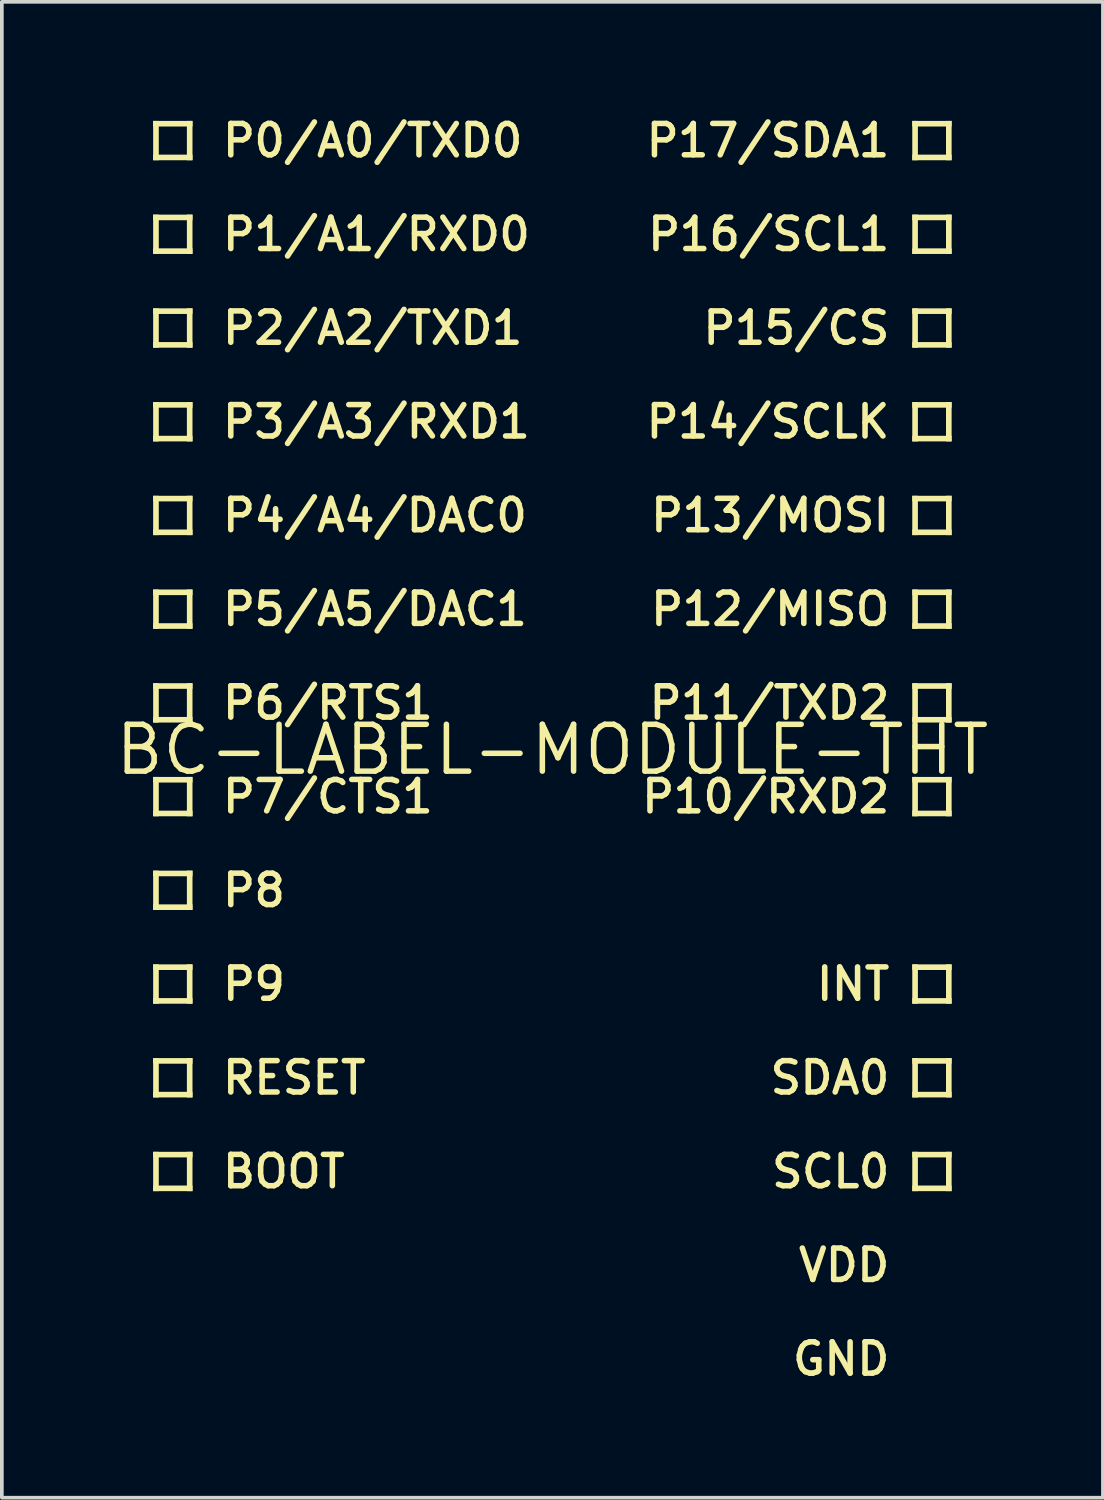
<source format=kicad_pcb>
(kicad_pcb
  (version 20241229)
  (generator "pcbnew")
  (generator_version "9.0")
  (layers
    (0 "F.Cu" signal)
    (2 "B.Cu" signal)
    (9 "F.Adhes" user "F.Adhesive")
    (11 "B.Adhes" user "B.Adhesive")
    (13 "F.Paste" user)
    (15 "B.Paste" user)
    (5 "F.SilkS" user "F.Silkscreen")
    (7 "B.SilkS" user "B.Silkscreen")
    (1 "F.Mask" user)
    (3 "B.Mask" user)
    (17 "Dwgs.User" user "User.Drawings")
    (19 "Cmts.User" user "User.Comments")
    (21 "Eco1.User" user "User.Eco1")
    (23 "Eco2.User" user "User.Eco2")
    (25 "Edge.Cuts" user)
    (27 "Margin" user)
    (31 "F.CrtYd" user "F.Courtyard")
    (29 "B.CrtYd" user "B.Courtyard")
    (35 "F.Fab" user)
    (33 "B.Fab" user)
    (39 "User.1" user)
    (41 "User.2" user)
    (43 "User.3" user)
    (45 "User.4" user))
  (footprint "BC-LABEL-MODULE-THT"
    (layer "F.Cu")
    (at 11.921 17.27)
    (property "Reference" "BC-LABEL-MODULE-THT" (at 0 0 0) (unlocked yes) (layer "F.SilkS") (effects (font (size 1.27 1.27) (thickness 0.15))))
    (fp_poly (pts (xy -10.82 -16.891) (xy -9.754 -16.891) (xy -9.754 -17.043) (xy -10.82 -17.043)) (stroke (width 0) (type default)) (fill yes) (layer "F.SilkS"))
    (fp_poly (pts (xy -10.82 -15.977) (xy -10.668 -15.977) (xy -10.668 -17.043) (xy -10.82 -17.043)) (stroke (width 0) (type default)) (fill yes) (layer "F.SilkS"))
    (fp_poly (pts (xy -10.82 -15.977) (xy -9.754 -15.977) (xy -9.754 -16.129) (xy -10.82 -16.129)) (stroke (width 0) (type default)) (fill yes) (layer "F.SilkS"))
    (fp_poly (pts (xy -10.82 -14.351) (xy -9.754 -14.351) (xy -9.754 -14.503) (xy -10.82 -14.503)) (stroke (width 0) (type default)) (fill yes) (layer "F.SilkS"))
    (fp_poly (pts (xy -10.82 -13.437) (xy -10.668 -13.437) (xy -10.668 -14.503) (xy -10.82 -14.503)) (stroke (width 0) (type default)) (fill yes) (layer "F.SilkS"))
    (fp_poly (pts (xy -10.82 -13.437) (xy -9.754 -13.437) (xy -9.754 -13.589) (xy -10.82 -13.589)) (stroke (width 0) (type default)) (fill yes) (layer "F.SilkS"))
    (fp_poly (pts (xy -10.82 -11.811) (xy -9.754 -11.811) (xy -9.754 -11.963) (xy -10.82 -11.963)) (stroke (width 0) (type default)) (fill yes) (layer "F.SilkS"))
    (fp_poly (pts (xy -10.82 -10.897) (xy -10.668 -10.897) (xy -10.668 -11.963) (xy -10.82 -11.963)) (stroke (width 0) (type default)) (fill yes) (layer "F.SilkS"))
    (fp_poly (pts (xy -10.82 -10.897) (xy -9.754 -10.897) (xy -9.754 -11.049) (xy -10.82 -11.049)) (stroke (width 0) (type default)) (fill yes) (layer "F.SilkS"))
    (fp_poly (pts (xy -10.82 -9.271) (xy -9.754 -9.271) (xy -9.754 -9.423) (xy -10.82 -9.423)) (stroke (width 0) (type default)) (fill yes) (layer "F.SilkS"))
    (fp_poly (pts (xy -10.82 -8.357) (xy -10.668 -8.357) (xy -10.668 -9.423) (xy -10.82 -9.423)) (stroke (width 0) (type default)) (fill yes) (layer "F.SilkS"))
    (fp_poly (pts (xy -10.82 -8.357) (xy -9.754 -8.357) (xy -9.754 -8.509) (xy -10.82 -8.509)) (stroke (width 0) (type default)) (fill yes) (layer "F.SilkS"))
    (fp_poly (pts (xy -10.82 -6.731) (xy -9.754 -6.731) (xy -9.754 -6.883) (xy -10.82 -6.883)) (stroke (width 0) (type default)) (fill yes) (layer "F.SilkS"))
    (fp_poly (pts (xy -10.82 -5.817) (xy -10.668 -5.817) (xy -10.668 -6.883) (xy -10.82 -6.883)) (stroke (width 0) (type default)) (fill yes) (layer "F.SilkS"))
    (fp_poly (pts (xy -10.82 -5.817) (xy -9.754 -5.817) (xy -9.754 -5.969) (xy -10.82 -5.969)) (stroke (width 0) (type default)) (fill yes) (layer "F.SilkS"))
    (fp_poly (pts (xy -10.82 -4.191) (xy -9.754 -4.191) (xy -9.754 -4.343) (xy -10.82 -4.343)) (stroke (width 0) (type default)) (fill yes) (layer "F.SilkS"))
    (fp_poly (pts (xy -10.82 -3.277) (xy -10.668 -3.277) (xy -10.668 -4.343) (xy -10.82 -4.343)) (stroke (width 0) (type default)) (fill yes) (layer "F.SilkS"))
    (fp_poly (pts (xy -10.82 -3.277) (xy -9.754 -3.277) (xy -9.754 -3.429) (xy -10.82 -3.429)) (stroke (width 0) (type default)) (fill yes) (layer "F.SilkS"))
    (fp_poly (pts (xy -10.82 -1.651) (xy -9.754 -1.651) (xy -9.754 -1.803) (xy -10.82 -1.803)) (stroke (width 0) (type default)) (fill yes) (layer "F.SilkS"))
    (fp_poly (pts (xy -10.82 -0.737) (xy -10.668 -0.737) (xy -10.668 -1.803) (xy -10.82 -1.803)) (stroke (width 0) (type default)) (fill yes) (layer "F.SilkS"))
    (fp_poly (pts (xy -10.82 -0.737) (xy -9.754 -0.737) (xy -9.754 -0.889) (xy -10.82 -0.889)) (stroke (width 0) (type default)) (fill yes) (layer "F.SilkS"))
    (fp_poly (pts (xy -10.82 0.889) (xy -9.754 0.889) (xy -9.754 0.737) (xy -10.82 0.737)) (stroke (width 0) (type default)) (fill yes) (layer "F.SilkS"))
    (fp_poly (pts (xy -10.82 1.803) (xy -10.668 1.803) (xy -10.668 0.737) (xy -10.82 0.737)) (stroke (width 0) (type default)) (fill yes) (layer "F.SilkS"))
    (fp_poly (pts (xy -10.82 1.803) (xy -9.754 1.803) (xy -9.754 1.651) (xy -10.82 1.651)) (stroke (width 0) (type default)) (fill yes) (layer "F.SilkS"))
    (fp_poly (pts (xy -10.82 3.429) (xy -9.754 3.429) (xy -9.754 3.277) (xy -10.82 3.277)) (stroke (width 0) (type default)) (fill yes) (layer "F.SilkS"))
    (fp_poly (pts (xy -10.82 4.343) (xy -10.668 4.343) (xy -10.668 3.277) (xy -10.82 3.277)) (stroke (width 0) (type default)) (fill yes) (layer "F.SilkS"))
    (fp_poly (pts (xy -10.82 4.343) (xy -9.754 4.343) (xy -9.754 4.191) (xy -10.82 4.191)) (stroke (width 0) (type default)) (fill yes) (layer "F.SilkS"))
    (fp_poly (pts (xy -10.82 5.969) (xy -9.754 5.969) (xy -9.754 5.817) (xy -10.82 5.817)) (stroke (width 0) (type default)) (fill yes) (layer "F.SilkS"))
    (fp_poly (pts (xy -10.82 6.883) (xy -10.668 6.883) (xy -10.668 5.817) (xy -10.82 5.817)) (stroke (width 0) (type default)) (fill yes) (layer "F.SilkS"))
    (fp_poly (pts (xy -10.82 6.883) (xy -9.754 6.883) (xy -9.754 6.731) (xy -10.82 6.731)) (stroke (width 0) (type default)) (fill yes) (layer "F.SilkS"))
    (fp_poly (pts (xy -10.82 8.509) (xy -9.754 8.509) (xy -9.754 8.357) (xy -10.82 8.357)) (stroke (width 0) (type default)) (fill yes) (layer "F.SilkS"))
    (fp_poly (pts (xy -10.82 9.423) (xy -10.668 9.423) (xy -10.668 8.357) (xy -10.82 8.357)) (stroke (width 0) (type default)) (fill yes) (layer "F.SilkS"))
    (fp_poly (pts (xy -10.82 9.423) (xy -9.754 9.423) (xy -9.754 9.271) (xy -10.82 9.271)) (stroke (width 0) (type default)) (fill yes) (layer "F.SilkS"))
    (fp_poly (pts (xy -10.82 11.049) (xy -9.754 11.049) (xy -9.754 10.897) (xy -10.82 10.897)) (stroke (width 0) (type default)) (fill yes) (layer "F.SilkS"))
    (fp_poly (pts (xy -10.82 11.963) (xy -10.668 11.963) (xy -10.668 10.897) (xy -10.82 10.897)) (stroke (width 0) (type default)) (fill yes) (layer "F.SilkS"))
    (fp_poly (pts (xy -10.82 11.963) (xy -9.754 11.963) (xy -9.754 11.811) (xy -10.82 11.811)) (stroke (width 0) (type default)) (fill yes) (layer "F.SilkS"))
    (fp_poly (pts (xy -9.906 -15.977) (xy -9.754 -15.977) (xy -9.754 -17.043) (xy -9.906 -17.043)) (stroke (width 0) (type default)) (fill yes) (layer "F.SilkS"))
    (fp_poly (pts (xy -9.906 -13.437) (xy -9.754 -13.437) (xy -9.754 -14.503) (xy -9.906 -14.503)) (stroke (width 0) (type default)) (fill yes) (layer "F.SilkS"))
    (fp_poly (pts (xy -9.906 -10.897) (xy -9.754 -10.897) (xy -9.754 -11.963) (xy -9.906 -11.963)) (stroke (width 0) (type default)) (fill yes) (layer "F.SilkS"))
    (fp_poly (pts (xy -9.906 -8.357) (xy -9.754 -8.357) (xy -9.754 -9.423) (xy -9.906 -9.423)) (stroke (width 0) (type default)) (fill yes) (layer "F.SilkS"))
    (fp_poly (pts (xy -9.906 -5.817) (xy -9.754 -5.817) (xy -9.754 -6.883) (xy -9.906 -6.883)) (stroke (width 0) (type default)) (fill yes) (layer "F.SilkS"))
    (fp_poly (pts (xy -9.906 -3.277) (xy -9.754 -3.277) (xy -9.754 -4.343) (xy -9.906 -4.343)) (stroke (width 0) (type default)) (fill yes) (layer "F.SilkS"))
    (fp_poly (pts (xy -9.906 -0.737) (xy -9.754 -0.737) (xy -9.754 -1.803) (xy -9.906 -1.803)) (stroke (width 0) (type default)) (fill yes) (layer "F.SilkS"))
    (fp_poly (pts (xy -9.906 1.803) (xy -9.754 1.803) (xy -9.754 0.737) (xy -9.906 0.737)) (stroke (width 0) (type default)) (fill yes) (layer "F.SilkS"))
    (fp_poly (pts (xy -9.906 4.343) (xy -9.754 4.343) (xy -9.754 3.277) (xy -9.906 3.277)) (stroke (width 0) (type default)) (fill yes) (layer "F.SilkS"))
    (fp_poly (pts (xy -9.906 6.883) (xy -9.754 6.883) (xy -9.754 5.817) (xy -9.906 5.817)) (stroke (width 0) (type default)) (fill yes) (layer "F.SilkS"))
    (fp_poly (pts (xy -9.906 9.423) (xy -9.754 9.423) (xy -9.754 8.357) (xy -9.906 8.357)) (stroke (width 0) (type default)) (fill yes) (layer "F.SilkS"))
    (fp_poly (pts (xy -9.906 11.963) (xy -9.754 11.963) (xy -9.754 10.897) (xy -9.906 10.897)) (stroke (width 0) (type default)) (fill yes) (layer "F.SilkS"))
    (fp_poly (pts (xy 9.906 -17.043) (xy 9.754 -17.043) (xy 9.754 -15.977) (xy 9.906 -15.977)) (stroke (width 0) (type default)) (fill yes) (layer "F.SilkS"))
    (fp_poly (pts (xy 9.906 -14.503) (xy 9.754 -14.503) (xy 9.754 -13.437) (xy 9.906 -13.437)) (stroke (width 0) (type default)) (fill yes) (layer "F.SilkS"))
    (fp_poly (pts (xy 9.906 -11.963) (xy 9.754 -11.963) (xy 9.754 -10.897) (xy 9.906 -10.897)) (stroke (width 0) (type default)) (fill yes) (layer "F.SilkS"))
    (fp_poly (pts (xy 9.906 -9.423) (xy 9.754 -9.423) (xy 9.754 -8.357) (xy 9.906 -8.357)) (stroke (width 0) (type default)) (fill yes) (layer "F.SilkS"))
    (fp_poly (pts (xy 9.906 -6.883) (xy 9.754 -6.883) (xy 9.754 -5.817) (xy 9.906 -5.817)) (stroke (width 0) (type default)) (fill yes) (layer "F.SilkS"))
    (fp_poly (pts (xy 9.906 -4.343) (xy 9.754 -4.343) (xy 9.754 -3.277) (xy 9.906 -3.277)) (stroke (width 0) (type default)) (fill yes) (layer "F.SilkS"))
    (fp_poly (pts (xy 9.906 -1.803) (xy 9.754 -1.803) (xy 9.754 -0.737) (xy 9.906 -0.737)) (stroke (width 0) (type default)) (fill yes) (layer "F.SilkS"))
    (fp_poly (pts (xy 9.906 0.737) (xy 9.754 0.737) (xy 9.754 1.803) (xy 9.906 1.803)) (stroke (width 0) (type default)) (fill yes) (layer "F.SilkS"))
    (fp_poly (pts (xy 9.906 5.817) (xy 9.754 5.817) (xy 9.754 6.883) (xy 9.906 6.883)) (stroke (width 0) (type default)) (fill yes) (layer "F.SilkS"))
    (fp_poly (pts (xy 9.906 8.357) (xy 9.754 8.357) (xy 9.754 9.423) (xy 9.906 9.423)) (stroke (width 0) (type default)) (fill yes) (layer "F.SilkS"))
    (fp_poly (pts (xy 9.906 10.897) (xy 9.754 10.897) (xy 9.754 11.963) (xy 9.906 11.963)) (stroke (width 0) (type default)) (fill yes) (layer "F.SilkS"))
    (fp_poly (pts (xy 10.82 -17.043) (xy 9.754 -17.043) (xy 9.754 -16.891) (xy 10.82 -16.891)) (stroke (width 0) (type default)) (fill yes) (layer "F.SilkS"))
    (fp_poly (pts (xy 10.82 -17.043) (xy 10.668 -17.043) (xy 10.668 -15.977) (xy 10.82 -15.977)) (stroke (width 0) (type default)) (fill yes) (layer "F.SilkS"))
    (fp_poly (pts (xy 10.82 -16.129) (xy 9.754 -16.129) (xy 9.754 -15.977) (xy 10.82 -15.977)) (stroke (width 0) (type default)) (fill yes) (layer "F.SilkS"))
    (fp_poly (pts (xy 10.82 -14.503) (xy 9.754 -14.503) (xy 9.754 -14.351) (xy 10.82 -14.351)) (stroke (width 0) (type default)) (fill yes) (layer "F.SilkS"))
    (fp_poly (pts (xy 10.82 -14.503) (xy 10.668 -14.503) (xy 10.668 -13.437) (xy 10.82 -13.437)) (stroke (width 0) (type default)) (fill yes) (layer "F.SilkS"))
    (fp_poly (pts (xy 10.82 -13.589) (xy 9.754 -13.589) (xy 9.754 -13.437) (xy 10.82 -13.437)) (stroke (width 0) (type default)) (fill yes) (layer "F.SilkS"))
    (fp_poly (pts (xy 10.82 -11.963) (xy 9.754 -11.963) (xy 9.754 -11.811) (xy 10.82 -11.811)) (stroke (width 0) (type default)) (fill yes) (layer "F.SilkS"))
    (fp_poly (pts (xy 10.82 -11.963) (xy 10.668 -11.963) (xy 10.668 -10.897) (xy 10.82 -10.897)) (stroke (width 0) (type default)) (fill yes) (layer "F.SilkS"))
    (fp_poly (pts (xy 10.82 -11.049) (xy 9.754 -11.049) (xy 9.754 -10.897) (xy 10.82 -10.897)) (stroke (width 0) (type default)) (fill yes) (layer "F.SilkS"))
    (fp_poly (pts (xy 10.82 -9.423) (xy 9.754 -9.423) (xy 9.754 -9.271) (xy 10.82 -9.271)) (stroke (width 0) (type default)) (fill yes) (layer "F.SilkS"))
    (fp_poly (pts (xy 10.82 -9.423) (xy 10.668 -9.423) (xy 10.668 -8.357) (xy 10.82 -8.357)) (stroke (width 0) (type default)) (fill yes) (layer "F.SilkS"))
    (fp_poly (pts (xy 10.82 -8.509) (xy 9.754 -8.509) (xy 9.754 -8.357) (xy 10.82 -8.357)) (stroke (width 0) (type default)) (fill yes) (layer "F.SilkS"))
    (fp_poly (pts (xy 10.82 -6.883) (xy 9.754 -6.883) (xy 9.754 -6.731) (xy 10.82 -6.731)) (stroke (width 0) (type default)) (fill yes) (layer "F.SilkS"))
    (fp_poly (pts (xy 10.82 -6.883) (xy 10.668 -6.883) (xy 10.668 -5.817) (xy 10.82 -5.817)) (stroke (width 0) (type default)) (fill yes) (layer "F.SilkS"))
    (fp_poly (pts (xy 10.82 -5.969) (xy 9.754 -5.969) (xy 9.754 -5.817) (xy 10.82 -5.817)) (stroke (width 0) (type default)) (fill yes) (layer "F.SilkS"))
    (fp_poly (pts (xy 10.82 -4.343) (xy 9.754 -4.343) (xy 9.754 -4.191) (xy 10.82 -4.191)) (stroke (width 0) (type default)) (fill yes) (layer "F.SilkS"))
    (fp_poly (pts (xy 10.82 -4.343) (xy 10.668 -4.343) (xy 10.668 -3.277) (xy 10.82 -3.277)) (stroke (width 0) (type default)) (fill yes) (layer "F.SilkS"))
    (fp_poly (pts (xy 10.82 -3.429) (xy 9.754 -3.429) (xy 9.754 -3.277) (xy 10.82 -3.277)) (stroke (width 0) (type default)) (fill yes) (layer "F.SilkS"))
    (fp_poly (pts (xy 10.82 -1.803) (xy 9.754 -1.803) (xy 9.754 -1.651) (xy 10.82 -1.651)) (stroke (width 0) (type default)) (fill yes) (layer "F.SilkS"))
    (fp_poly (pts (xy 10.82 -1.803) (xy 10.668 -1.803) (xy 10.668 -0.737) (xy 10.82 -0.737)) (stroke (width 0) (type default)) (fill yes) (layer "F.SilkS"))
    (fp_poly (pts (xy 10.82 -0.889) (xy 9.754 -0.889) (xy 9.754 -0.737) (xy 10.82 -0.737)) (stroke (width 0) (type default)) (fill yes) (layer "F.SilkS"))
    (fp_poly (pts (xy 10.82 0.737) (xy 9.754 0.737) (xy 9.754 0.889) (xy 10.82 0.889)) (stroke (width 0) (type default)) (fill yes) (layer "F.SilkS"))
    (fp_poly (pts (xy 10.82 0.737) (xy 10.668 0.737) (xy 10.668 1.803) (xy 10.82 1.803)) (stroke (width 0) (type default)) (fill yes) (layer "F.SilkS"))
    (fp_poly (pts (xy 10.82 1.651) (xy 9.754 1.651) (xy 9.754 1.803) (xy 10.82 1.803)) (stroke (width 0) (type default)) (fill yes) (layer "F.SilkS"))
    (fp_poly (pts (xy 10.82 5.817) (xy 9.754 5.817) (xy 9.754 5.969) (xy 10.82 5.969)) (stroke (width 0) (type default)) (fill yes) (layer "F.SilkS"))
    (fp_poly (pts (xy 10.82 5.817) (xy 10.668 5.817) (xy 10.668 6.883) (xy 10.82 6.883)) (stroke (width 0) (type default)) (fill yes) (layer "F.SilkS"))
    (fp_poly (pts (xy 10.82 6.731) (xy 9.754 6.731) (xy 9.754 6.883) (xy 10.82 6.883)) (stroke (width 0) (type default)) (fill yes) (layer "F.SilkS"))
    (fp_poly (pts (xy 10.82 8.357) (xy 9.754 8.357) (xy 9.754 8.509) (xy 10.82 8.509)) (stroke (width 0) (type default)) (fill yes) (layer "F.SilkS"))
    (fp_poly (pts (xy 10.82 8.357) (xy 10.668 8.357) (xy 10.668 9.423) (xy 10.82 9.423)) (stroke (width 0) (type default)) (fill yes) (layer "F.SilkS"))
    (fp_poly (pts (xy 10.82 9.271) (xy 9.754 9.271) (xy 9.754 9.423) (xy 10.82 9.423)) (stroke (width 0) (type default)) (fill yes) (layer "F.SilkS"))
    (fp_poly (pts (xy 10.82 10.897) (xy 9.754 10.897) (xy 9.754 11.049) (xy 10.82 11.049)) (stroke (width 0) (type default)) (fill yes) (layer "F.SilkS"))
    (fp_poly (pts (xy 10.82 10.897) (xy 10.668 10.897) (xy 10.668 11.963) (xy 10.82 11.963)) (stroke (width 0) (type default)) (fill yes) (layer "F.SilkS"))
    (fp_poly (pts (xy 10.82 11.811) (xy 9.754 11.811) (xy 9.754 11.963) (xy 10.82 11.963)) (stroke (width 0) (type default)) (fill yes) (layer "F.SilkS"))
    (fp_text user "GND" (at 9.22 16.51 0) (layer "F.SilkS") (effects (font (size 0.85 0.85) (thickness 0.15)) (justify right)))
    (fp_text user "P6/RTS1" (at -9.017 -1.27 0) (layer "F.SilkS") (effects (font (size 0.85 0.85) (thickness 0.15)) (justify left)))
    (fp_text user "P5/A5/DAC1" (at -9.017 -3.81 0) (layer "F.SilkS") (effects (font (size 0.85 0.85) (thickness 0.15)) (justify left)))
    (fp_text user "P15/CS" (at 9.22 -11.43 0) (layer "F.SilkS") (effects (font (size 0.85 0.85) (thickness 0.15)) (justify right)))
    (fp_text user "P9" (at -9.017 6.35 0) (layer "F.SilkS") (effects (font (size 0.85 0.85) (thickness 0.15)) (justify left)))
    (fp_text user "P10/RXD2" (at 9.22 1.27 0) (layer "F.SilkS") (effects (font (size 0.85 0.85) (thickness 0.15)) (justify right)))
    (fp_text user "BOOT" (at -9.017 11.43 0) (layer "F.SilkS") (effects (font (size 0.85 0.85) (thickness 0.15)) (justify left)))
    (fp_text user "RESET" (at -9.017 8.89 0) (layer "F.SilkS") (effects (font (size 0.85 0.85) (thickness 0.15)) (justify left)))
    (fp_text user "P16/SCL1" (at 9.22 -13.97 0) (layer "F.SilkS") (effects (font (size 0.85 0.85) (thickness 0.15)) (justify right)))
    (fp_text user "P7/CTS1" (at -9.017 1.27 0) (layer "F.SilkS") (effects (font (size 0.85 0.85) (thickness 0.15)) (justify left)))
    (fp_text user "SCL0" (at 9.22 11.43 0) (layer "F.SilkS") (effects (font (size 0.85 0.85) (thickness 0.15)) (justify right)))
    (fp_text user "SDA0" (at 9.22 8.89 0) (layer "F.SilkS") (effects (font (size 0.85 0.85) (thickness 0.15)) (justify right)))
    (fp_text user "P13/MOSI" (at 9.22 -6.35 0) (layer "F.SilkS") (effects (font (size 0.85 0.85) (thickness 0.15)) (justify right)))
    (fp_text user "INT" (at 9.22 6.35 0) (layer "F.SilkS") (effects (font (size 0.85 0.85) (thickness 0.15)) (justify right)))
    (fp_text user "P14/SCLK" (at 9.22 -8.89 0) (layer "F.SilkS") (effects (font (size 0.85 0.85) (thickness 0.15)) (justify right)))
    (fp_text user "P11/TXD2" (at 9.22 -1.27 0) (layer "F.SilkS") (effects (font (size 0.85 0.85) (thickness 0.15)) (justify right)))
    (fp_text user "P12/MISO" (at 9.22 -3.81 0) (layer "F.SilkS") (effects (font (size 0.85 0.85) (thickness 0.15)) (justify right)))
    (fp_text user "P0/A0/TXD0" (at -9.017 -16.51 0) (layer "F.SilkS") (effects (font (size 0.85 0.85) (thickness 0.15)) (justify left)))
    (fp_text user "P3/A3/RXD1" (at -9.017 -8.89 0) (layer "F.SilkS") (effects (font (size 0.85 0.85) (thickness 0.15)) (justify left)))
    (fp_text user "P2/A2/TXD1" (at -9.017 -11.43 0) (layer "F.SilkS") (effects (font (size 0.85 0.85) (thickness 0.15)) (justify left)))
    (fp_text user "P1/A1/RXD0" (at -9.017 -13.97 0) (layer "F.SilkS") (effects (font (size 0.85 0.85) (thickness 0.15)) (justify left)))
    (fp_text user "P8" (at -9.017 3.81 0) (layer "F.SilkS") (effects (font (size 0.85 0.85) (thickness 0.15)) (justify left)))
    (fp_text user "P4/A4/DAC0" (at -9.017 -6.35 0) (layer "F.SilkS") (effects (font (size 0.85 0.85) (thickness 0.15)) (justify left)))
    (fp_text user "P17/SDA1" (at 9.22 -16.51 0) (layer "F.SilkS") (effects (font (size 0.85 0.85) (thickness 0.15)) (justify right)))
    (fp_text user "VDD" (at 9.22 13.97 0) (layer "F.SilkS") (effects (font (size 0.85 0.85) (thickness 0.15)) (justify right))))
  (gr_rect
    (start -3 -3)
    (end 26.842 37.541)
    (stroke (width 0.1) (type default))
    (fill no)
    (layer "Edge.Cuts")))
</source>
